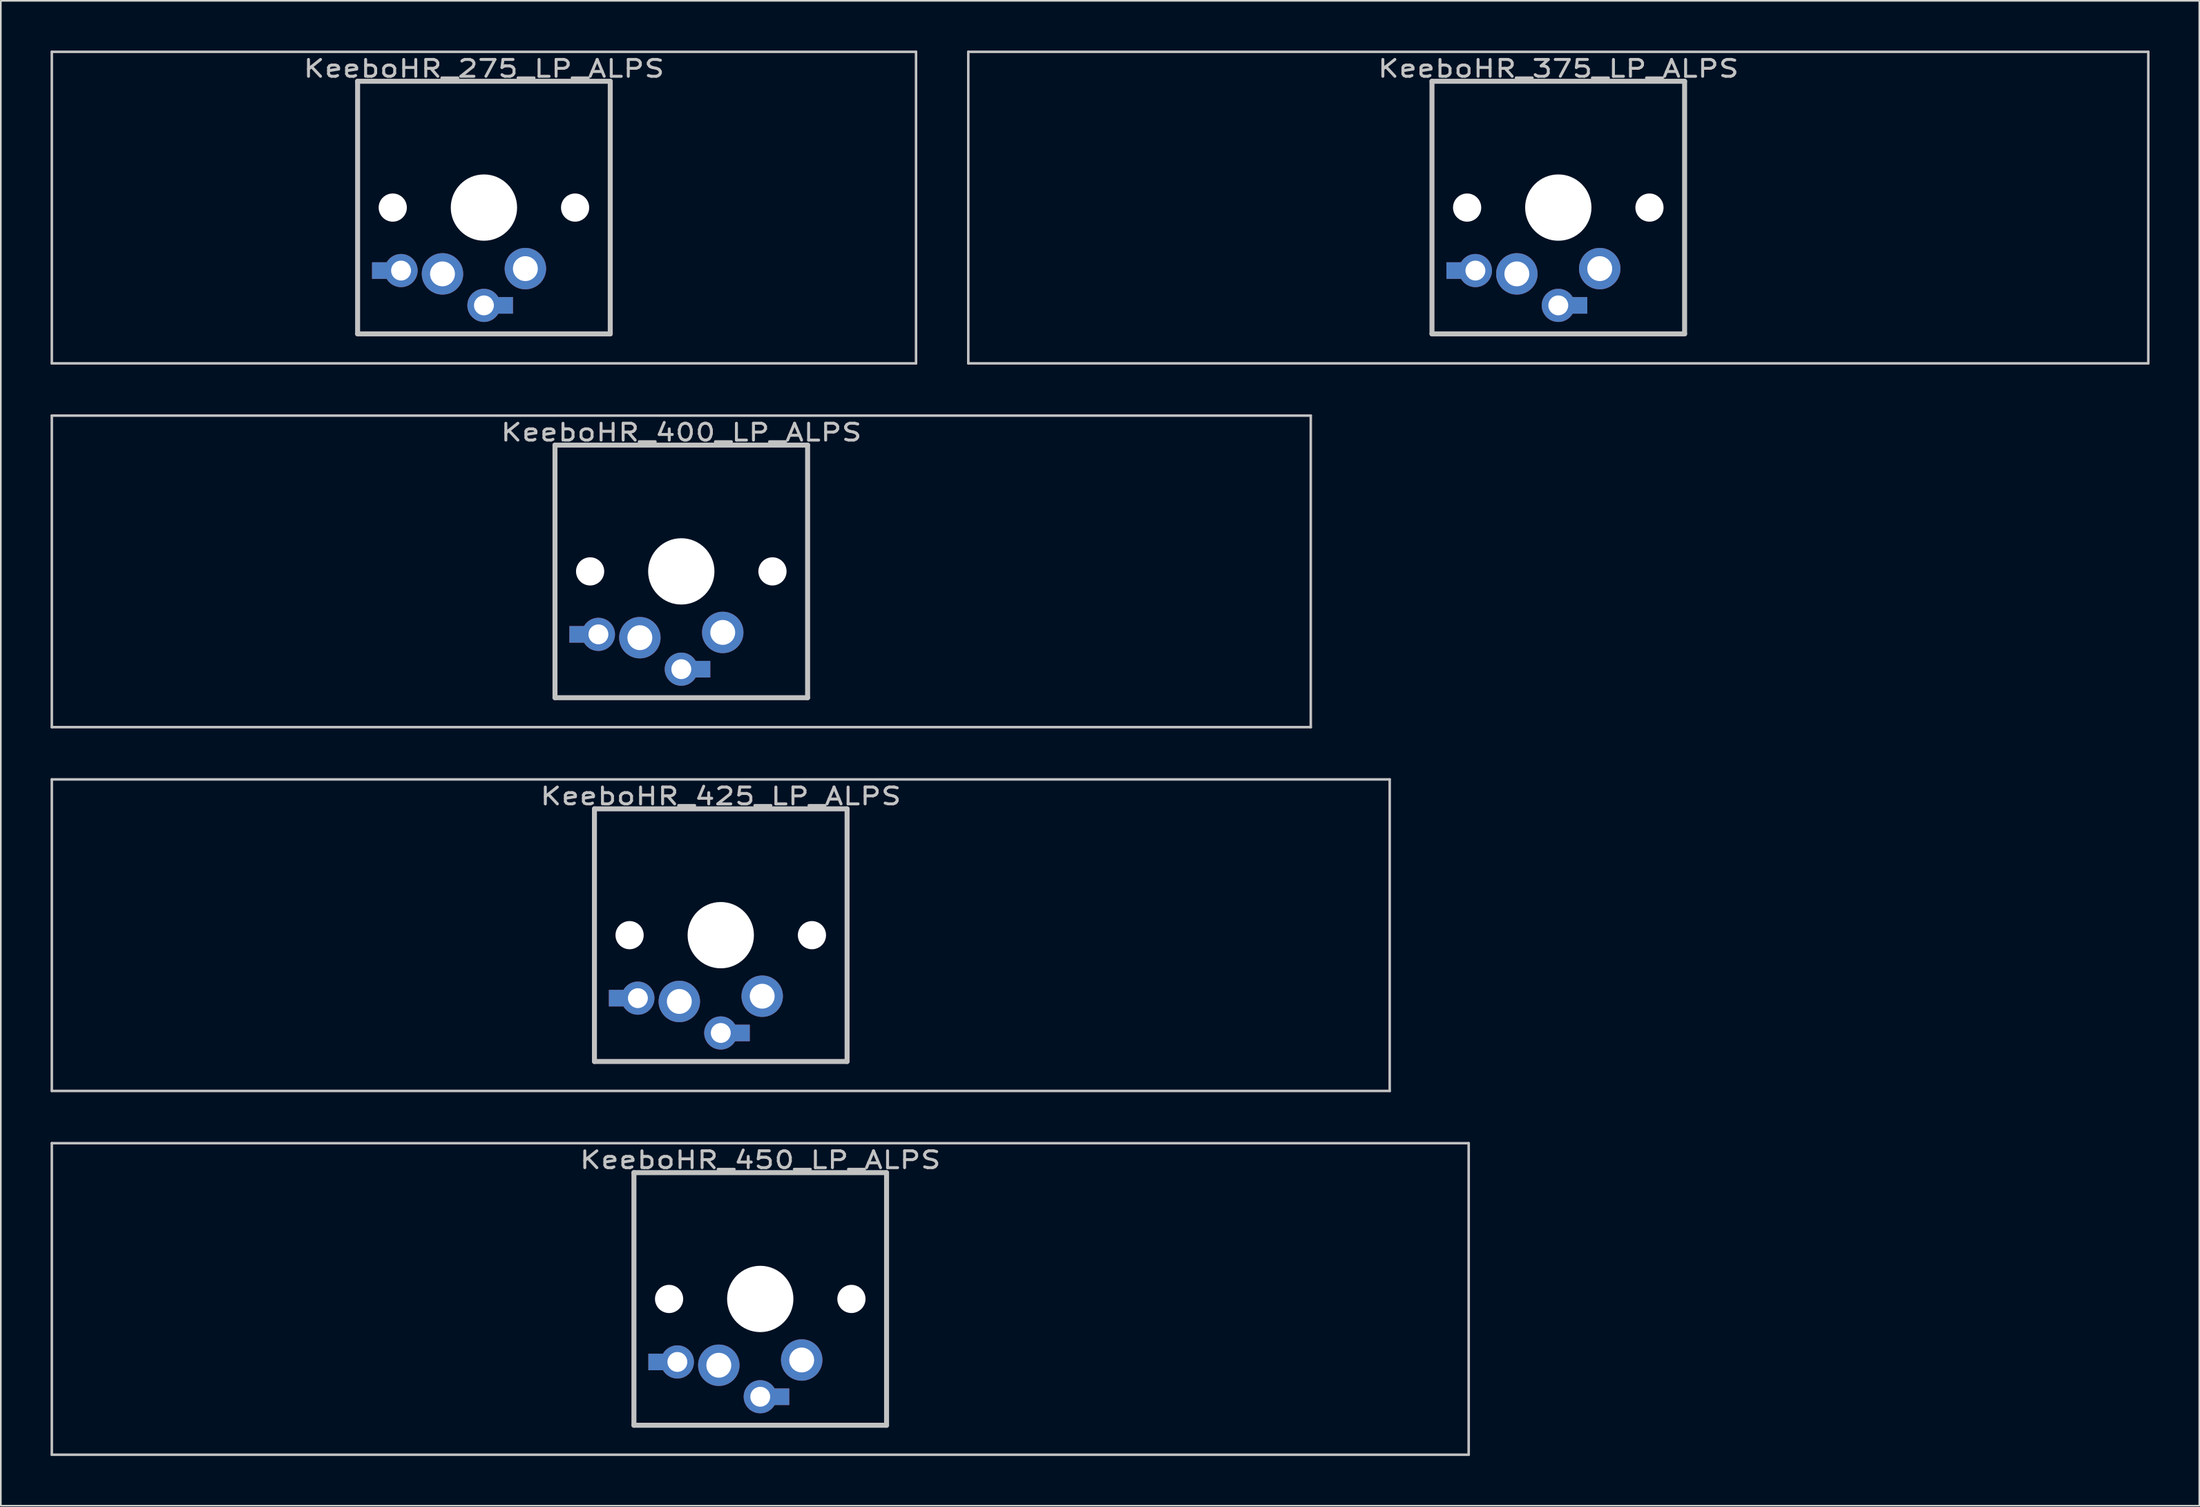
<source format=kicad_pcb>
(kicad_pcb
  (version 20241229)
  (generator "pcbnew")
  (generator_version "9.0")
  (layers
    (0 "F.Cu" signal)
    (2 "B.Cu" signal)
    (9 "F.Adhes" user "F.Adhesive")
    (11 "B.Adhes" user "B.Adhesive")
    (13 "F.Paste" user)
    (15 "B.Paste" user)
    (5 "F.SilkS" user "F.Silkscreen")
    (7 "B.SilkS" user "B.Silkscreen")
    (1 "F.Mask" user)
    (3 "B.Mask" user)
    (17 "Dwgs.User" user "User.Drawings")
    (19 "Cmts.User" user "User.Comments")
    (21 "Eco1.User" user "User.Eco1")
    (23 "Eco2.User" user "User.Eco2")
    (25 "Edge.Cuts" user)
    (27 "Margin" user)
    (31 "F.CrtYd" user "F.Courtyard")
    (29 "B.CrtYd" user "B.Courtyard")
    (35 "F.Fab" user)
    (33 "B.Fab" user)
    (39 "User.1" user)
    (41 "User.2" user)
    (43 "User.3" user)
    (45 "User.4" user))
  (footprint "KeeboHR_275_LP_ALPS"
    (layer "F.Cu")
    (at 26.143 9.474)
    (property "Reference" "KeeboHR_275_LP_ALPS" (at 0 -8.382 0) (layer "Dwgs.User") (effects (font (size 1.016 1.27) (thickness 0.178))))
    (attr through_hole)
    (fp_line (start -26.067 -9.398) (end 26.067 -9.398) (stroke (width 0.152) (type solid)) (layer "Dwgs.User"))
    (fp_line (start -26.067 9.398) (end -26.067 -9.398) (stroke (width 0.152) (type solid)) (layer "Dwgs.User"))
    (fp_line (start -7.62 -7.62) (end 7.62 -7.62) (stroke (width 0.3) (type solid)) (layer "Dwgs.User"))
    (fp_line (start -7.62 7.62) (end -7.62 -7.62) (stroke (width 0.3) (type solid)) (layer "Dwgs.User"))
    (fp_line (start 7.62 -7.62) (end 7.62 7.62) (stroke (width 0.3) (type solid)) (layer "Dwgs.User"))
    (fp_line (start 7.62 7.62) (end -7.62 7.62) (stroke (width 0.3) (type solid)) (layer "Dwgs.User"))
    (fp_line (start 26.067 -9.398) (end 26.067 9.398) (stroke (width 0.152) (type solid)) (layer "Dwgs.User"))
    (fp_line (start 26.067 9.398) (end -26.067 9.398) (stroke (width 0.152) (type solid)) (layer "Dwgs.User"))
    (pad "" np_thru_hole circle (at -5.5 0) (size 1.7 1.7) (drill 1.7) (layers "*.Cu" "*.Mask"))
    (pad "" np_thru_hole circle (at 0 0) (size 4 4) (drill 4) (layers "*.Cu" "*.Mask"))
    (pad "" np_thru_hole circle (at 5.5 0) (size 1.7 1.7) (drill 1.7) (layers "*.Cu" "*.Mask"))
    (pad "1" thru_hole circle (at 0 5.9) (size 2 2) (drill 1.2) (layers "*.Cu" "*.Mask"))
    (pad "1" smd rect (at 1.25 5.9) (size 1 1) (layers "*.Cu" "*.Mask"))
    (pad "1" thru_hole circle (at 2.5 3.683) (size 2.5 2.5) (drill 1.5) (layers "*.Cu" "*.Mask"))
    (pad "2" smd rect (at -6.25 3.8) (size 1 1) (layers "*.Cu" "*.Mask"))
    (pad "2" thru_hole circle (at -5 3.8) (size 2 2) (drill 1.2) (layers "*.Cu" "*.Mask"))
    (pad "2" thru_hole circle (at -2.5 4) (size 2.5 2.5) (drill 1.5) (layers "*.Cu" "*.Mask")))
  (footprint "KeeboHR_450_LP_ALPS"
    (layer "F.Cu")
    (at 42.812 75.319)
    (property "Reference" "KeeboHR_450_LP_ALPS" (at 0 -8.382 0) (layer "Dwgs.User") (effects (font (size 1.016 1.27) (thickness 0.178))))
    (attr through_hole)
    (fp_line (start -42.736 -9.398) (end 42.736 -9.398) (stroke (width 0.152) (type solid)) (layer "Dwgs.User"))
    (fp_line (start -42.736 9.398) (end -42.736 -9.398) (stroke (width 0.152) (type solid)) (layer "Dwgs.User"))
    (fp_line (start -7.62 -7.62) (end 7.62 -7.62) (stroke (width 0.3) (type solid)) (layer "Dwgs.User"))
    (fp_line (start -7.62 7.62) (end -7.62 -7.62) (stroke (width 0.3) (type solid)) (layer "Dwgs.User"))
    (fp_line (start 7.62 -7.62) (end 7.62 7.62) (stroke (width 0.3) (type solid)) (layer "Dwgs.User"))
    (fp_line (start 7.62 7.62) (end -7.62 7.62) (stroke (width 0.3) (type solid)) (layer "Dwgs.User"))
    (fp_line (start 42.736 -9.398) (end 42.736 9.398) (stroke (width 0.152) (type solid)) (layer "Dwgs.User"))
    (fp_line (start 42.736 9.398) (end -42.736 9.398) (stroke (width 0.152) (type solid)) (layer "Dwgs.User"))
    (pad "" np_thru_hole circle (at -5.5 0) (size 1.7 1.7) (drill 1.7) (layers "*.Cu" "*.Mask"))
    (pad "" np_thru_hole circle (at 0 0) (size 4 4) (drill 4) (layers "*.Cu" "*.Mask"))
    (pad "" np_thru_hole circle (at 5.5 0) (size 1.7 1.7) (drill 1.7) (layers "*.Cu" "*.Mask"))
    (pad "1" thru_hole circle (at 0 5.9) (size 2 2) (drill 1.2) (layers "*.Cu" "*.Mask"))
    (pad "1" smd rect (at 1.25 5.9) (size 1 1) (layers "*.Cu" "*.Mask"))
    (pad "1" thru_hole circle (at 2.5 3.683) (size 2.5 2.5) (drill 1.5) (layers "*.Cu" "*.Mask"))
    (pad "2" smd rect (at -6.25 3.8) (size 1 1) (layers "*.Cu" "*.Mask"))
    (pad "2" thru_hole circle (at -5 3.8) (size 2 2) (drill 1.2) (layers "*.Cu" "*.Mask"))
    (pad "2" thru_hole circle (at -2.5 4) (size 2.5 2.5) (drill 1.5) (layers "*.Cu" "*.Mask")))
  (footprint "KeeboHR_425_LP_ALPS"
    (layer "F.Cu")
    (at 40.43 53.371)
    (property "Reference" "KeeboHR_425_LP_ALPS" (at 0 -8.382 0) (layer "Dwgs.User") (effects (font (size 1.016 1.27) (thickness 0.178))))
    (attr through_hole)
    (fp_line (start -40.354 -9.398) (end 40.354 -9.398) (stroke (width 0.152) (type solid)) (layer "Dwgs.User"))
    (fp_line (start -40.354 9.398) (end -40.354 -9.398) (stroke (width 0.152) (type solid)) (layer "Dwgs.User"))
    (fp_line (start -7.62 -7.62) (end 7.62 -7.62) (stroke (width 0.3) (type solid)) (layer "Dwgs.User"))
    (fp_line (start -7.62 7.62) (end -7.62 -7.62) (stroke (width 0.3) (type solid)) (layer "Dwgs.User"))
    (fp_line (start 7.62 -7.62) (end 7.62 7.62) (stroke (width 0.3) (type solid)) (layer "Dwgs.User"))
    (fp_line (start 7.62 7.62) (end -7.62 7.62) (stroke (width 0.3) (type solid)) (layer "Dwgs.User"))
    (fp_line (start 40.354 -9.398) (end 40.354 9.398) (stroke (width 0.152) (type solid)) (layer "Dwgs.User"))
    (fp_line (start 40.354 9.398) (end -40.354 9.398) (stroke (width 0.152) (type solid)) (layer "Dwgs.User"))
    (pad "" np_thru_hole circle (at -5.5 0) (size 1.7 1.7) (drill 1.7) (layers "*.Cu" "*.Mask"))
    (pad "" np_thru_hole circle (at 0 0) (size 4 4) (drill 4) (layers "*.Cu" "*.Mask"))
    (pad "" np_thru_hole circle (at 5.5 0) (size 1.7 1.7) (drill 1.7) (layers "*.Cu" "*.Mask"))
    (pad "1" thru_hole circle (at 0 5.9) (size 2 2) (drill 1.2) (layers "*.Cu" "*.Mask"))
    (pad "1" smd rect (at 1.25 5.9) (size 1 1) (layers "*.Cu" "*.Mask"))
    (pad "1" thru_hole circle (at 2.5 3.683) (size 2.5 2.5) (drill 1.5) (layers "*.Cu" "*.Mask"))
    (pad "2" smd rect (at -6.25 3.8) (size 1 1) (layers "*.Cu" "*.Mask"))
    (pad "2" thru_hole circle (at -5 3.8) (size 2 2) (drill 1.2) (layers "*.Cu" "*.Mask"))
    (pad "2" thru_hole circle (at -2.5 4) (size 2.5 2.5) (drill 1.5) (layers "*.Cu" "*.Mask")))
  (footprint "KeeboHR_375_LP_ALPS"
    (layer "F.Cu")
    (at 90.954 9.474)
    (property "Reference" "KeeboHR_375_LP_ALPS" (at 0 -8.382 0) (layer "Dwgs.User") (effects (font (size 1.016 1.27) (thickness 0.178))))
    (attr through_hole)
    (fp_line (start -35.592 -9.398) (end 35.592 -9.398) (stroke (width 0.152) (type solid)) (layer "Dwgs.User"))
    (fp_line (start -35.592 9.398) (end -35.592 -9.398) (stroke (width 0.152) (type solid)) (layer "Dwgs.User"))
    (fp_line (start -7.62 -7.62) (end 7.62 -7.62) (stroke (width 0.3) (type solid)) (layer "Dwgs.User"))
    (fp_line (start -7.62 7.62) (end -7.62 -7.62) (stroke (width 0.3) (type solid)) (layer "Dwgs.User"))
    (fp_line (start 7.62 -7.62) (end 7.62 7.62) (stroke (width 0.3) (type solid)) (layer "Dwgs.User"))
    (fp_line (start 7.62 7.62) (end -7.62 7.62) (stroke (width 0.3) (type solid)) (layer "Dwgs.User"))
    (fp_line (start 35.592 -9.398) (end 35.592 9.398) (stroke (width 0.152) (type solid)) (layer "Dwgs.User"))
    (fp_line (start 35.592 9.398) (end -35.592 9.398) (stroke (width 0.152) (type solid)) (layer "Dwgs.User"))
    (pad "" np_thru_hole circle (at -5.5 0) (size 1.7 1.7) (drill 1.7) (layers "*.Cu" "*.Mask"))
    (pad "" np_thru_hole circle (at 0 0) (size 4 4) (drill 4) (layers "*.Cu" "*.Mask"))
    (pad "" np_thru_hole circle (at 5.5 0) (size 1.7 1.7) (drill 1.7) (layers "*.Cu" "*.Mask"))
    (pad "1" thru_hole circle (at 0 5.9) (size 2 2) (drill 1.2) (layers "*.Cu" "*.Mask"))
    (pad "1" smd rect (at 1.25 5.9) (size 1 1) (layers "*.Cu" "*.Mask"))
    (pad "1" thru_hole circle (at 2.5 3.683) (size 2.5 2.5) (drill 1.5) (layers "*.Cu" "*.Mask"))
    (pad "2" smd rect (at -6.25 3.8) (size 1 1) (layers "*.Cu" "*.Mask"))
    (pad "2" thru_hole circle (at -5 3.8) (size 2 2) (drill 1.2) (layers "*.Cu" "*.Mask"))
    (pad "2" thru_hole circle (at -2.5 4) (size 2.5 2.5) (drill 1.5) (layers "*.Cu" "*.Mask")))
  (footprint "KeeboHR_400_LP_ALPS"
    (layer "F.Cu")
    (at 38.049 31.423)
    (property "Reference" "KeeboHR_400_LP_ALPS" (at 0 -8.382 0) (layer "Dwgs.User") (effects (font (size 1.016 1.27) (thickness 0.178))))
    (attr through_hole)
    (fp_line (start -37.973 -9.398) (end 37.973 -9.398) (stroke (width 0.152) (type solid)) (layer "Dwgs.User"))
    (fp_line (start -37.973 9.398) (end -37.973 -9.398) (stroke (width 0.152) (type solid)) (layer "Dwgs.User"))
    (fp_line (start -7.62 -7.62) (end 7.62 -7.62) (stroke (width 0.3) (type solid)) (layer "Dwgs.User"))
    (fp_line (start -7.62 7.62) (end -7.62 -7.62) (stroke (width 0.3) (type solid)) (layer "Dwgs.User"))
    (fp_line (start 7.62 -7.62) (end 7.62 7.62) (stroke (width 0.3) (type solid)) (layer "Dwgs.User"))
    (fp_line (start 7.62 7.62) (end -7.62 7.62) (stroke (width 0.3) (type solid)) (layer "Dwgs.User"))
    (fp_line (start 37.973 -9.398) (end 37.973 9.398) (stroke (width 0.152) (type solid)) (layer "Dwgs.User"))
    (fp_line (start 37.973 9.398) (end -37.973 9.398) (stroke (width 0.152) (type solid)) (layer "Dwgs.User"))
    (pad "" np_thru_hole circle (at -5.5 0) (size 1.7 1.7) (drill 1.7) (layers "*.Cu" "*.Mask"))
    (pad "" np_thru_hole circle (at 0 0) (size 4 4) (drill 4) (layers "*.Cu" "*.Mask"))
    (pad "" np_thru_hole circle (at 5.5 0) (size 1.7 1.7) (drill 1.7) (layers "*.Cu" "*.Mask"))
    (pad "1" thru_hole circle (at 0 5.9) (size 2 2) (drill 1.2) (layers "*.Cu" "*.Mask"))
    (pad "1" smd rect (at 1.25 5.9) (size 1 1) (layers "*.Cu" "*.Mask"))
    (pad "1" thru_hole circle (at 2.5 3.683) (size 2.5 2.5) (drill 1.5) (layers "*.Cu" "*.Mask"))
    (pad "2" smd rect (at -6.25 3.8) (size 1 1) (layers "*.Cu" "*.Mask"))
    (pad "2" thru_hole circle (at -5 3.8) (size 2 2) (drill 1.2) (layers "*.Cu" "*.Mask"))
    (pad "2" thru_hole circle (at -2.5 4) (size 2.5 2.5) (drill 1.5) (layers "*.Cu" "*.Mask")))
  (gr_rect
    (start -3 -3)
    (end 129.622 87.794)
    (stroke (width 0.1) (type default))
    (fill no)
    (layer "Edge.Cuts")))
</source>
